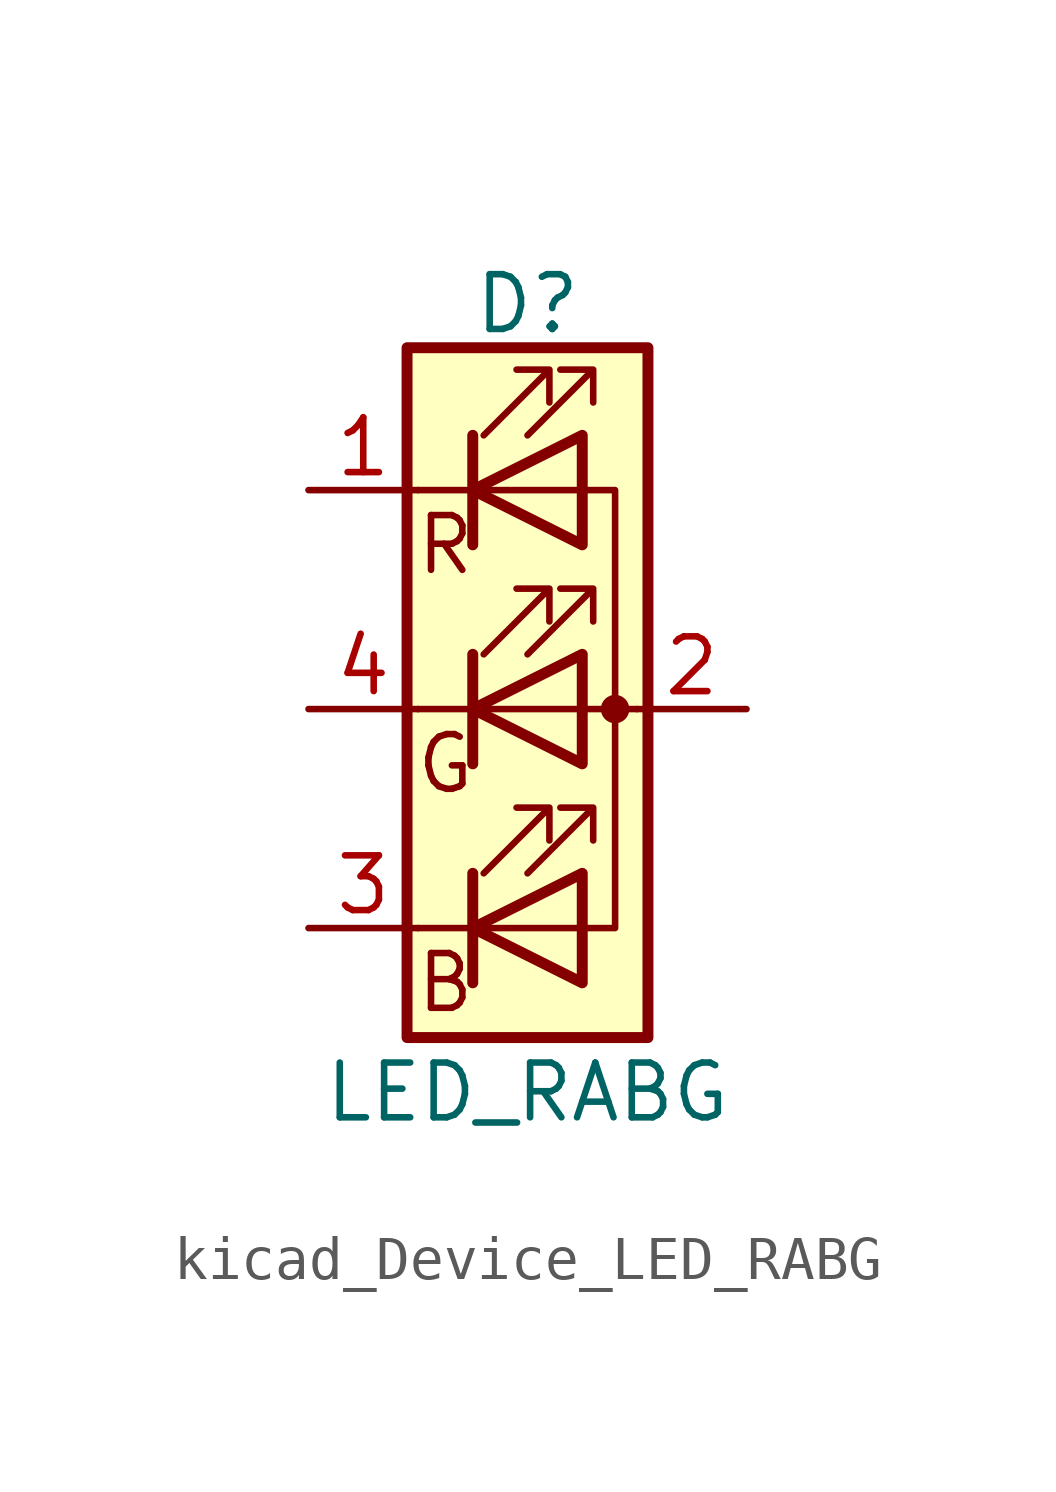
<source format=kicad_sym>
(kicad_symbol_lib
  (version 20220914)
  (generator kicad_symbol_editor)
  (symbol "kicad_Device_LED_RABG"
    (pin_names
      (offset 0) hide)
    (property "Reference" "D"
      (at 0 9.398 0)
      (effects (font (size 1.27 1.27))))
    (property "Value" "LED_RABG"
      (at 0 -8.89 0)
      (effects (font (size 1.27 1.27))))
    (symbol "kicad_Device_LED_RABG_0_0"
      (text "B" (at -1.905 -6.35 0) (effects (font (size 1.27 1.27))))
      (text "G" (at -1.905 -1.27 0) (effects (font (size 1.27 1.27))))
      (text "R" (at -1.905 3.81 0) (effects (font (size 1.27 1.27)))))
    (symbol "kicad_Device_LED_RABG_0_1"
      (polyline (pts (xy -1.27 -5.08) (xy -2.54 -5.08)) (stroke (width 0) (type default)) (fill (type none)))
      (polyline (pts (xy -1.27 -5.08) (xy 1.27 -5.08)) (stroke (width 0) (type default)) (fill (type none)))
      (polyline (pts (xy -1.27 -3.81) (xy -1.27 -6.35)) (stroke (width 0.254) (type default)) (fill (type none)))
      (polyline (pts (xy -1.27 0) (xy -2.54 0)) (stroke (width 0) (type default)) (fill (type none)))
      (polyline (pts (xy -1.27 1.27) (xy -1.27 -1.27)) (stroke (width 0.254) (type default)) (fill (type none)))
      (polyline (pts (xy -1.27 5.08) (xy -2.54 5.08)) (stroke (width 0) (type default)) (fill (type none)))
      (polyline (pts (xy -1.27 5.08) (xy 1.27 5.08)) (stroke (width 0) (type default)) (fill (type none)))
      (polyline (pts (xy -1.27 6.35) (xy -1.27 3.81)) (stroke (width 0.254) (type default)) (fill (type none)))
      (polyline (pts (xy 1.27 0) (xy -1.27 0)) (stroke (width 0) (type default)) (fill (type none)))
      (polyline (pts (xy 1.27 0) (xy 2.54 0)) (stroke (width 0) (type default)) (fill (type none)))
      (polyline (pts (xy -1.27 1.27) (xy -1.27 -1.27) (xy -1.27 -1.27)) (stroke (width 0) (type default)) (fill (type none)))
      (polyline (pts (xy -1.27 6.35) (xy -1.27 3.81) (xy -1.27 3.81)) (stroke (width 0) (type default)) (fill (type none)))
      (polyline (pts (xy 1.27 -5.08) (xy 2.032 -5.08) (xy 2.032 5.08) (xy 1.27 5.08)) (stroke (width 0) (type default)) (fill (type none)))
      (polyline (pts (xy 1.27 -3.81) (xy 1.27 -6.35) (xy -1.27 -5.08) (xy 1.27 -3.81)) (stroke (width 0.254) (type default)) (fill (type none)))
      (polyline (pts (xy 1.27 1.27) (xy 1.27 -1.27) (xy -1.27 0) (xy 1.27 1.27)) (stroke (width 0.254) (type default)) (fill (type none)))
      (polyline (pts (xy 1.27 6.35) (xy 1.27 3.81) (xy -1.27 5.08) (xy 1.27 6.35)) (stroke (width 0.254) (type default)) (fill (type none)))
      (polyline (pts (xy -1.016 -3.81) (xy 0.508 -2.286) (xy -0.254 -2.286) (xy 0.508 -2.286) (xy 0.508 -3.048)) (stroke (width 0) (type default)) (fill (type none)))
      (polyline (pts (xy -1.016 1.27) (xy 0.508 2.794) (xy -0.254 2.794) (xy 0.508 2.794) (xy 0.508 2.032)) (stroke (width 0) (type default)) (fill (type none)))
      (polyline (pts (xy -1.016 6.35) (xy 0.508 7.874) (xy -0.254 7.874) (xy 0.508 7.874) (xy 0.508 7.112)) (stroke (width 0) (type default)) (fill (type none)))
      (polyline (pts (xy 0 -3.81) (xy 1.524 -2.286) (xy 0.762 -2.286) (xy 1.524 -2.286) (xy 1.524 -3.048)) (stroke (width 0) (type default)) (fill (type none)))
      (polyline (pts (xy 0 1.27) (xy 1.524 2.794) (xy 0.762 2.794) (xy 1.524 2.794) (xy 1.524 2.032)) (stroke (width 0) (type default)) (fill (type none)))
      (polyline (pts (xy 0 6.35) (xy 1.524 7.874) (xy 0.762 7.874) (xy 1.524 7.874) (xy 1.524 7.112)) (stroke (width 0) (type default)) (fill (type none)))
      (rectangle (start 1.27 -1.27) (end 1.27 1.27) (stroke (width 0) (type default)) (fill (type none)))
      (rectangle (start 1.27 1.27) (end 1.27 1.27) (stroke (width 0) (type default)) (fill (type none)))
      (rectangle (start 1.27 3.81) (end 1.27 6.35) (stroke (width 0) (type default)) (fill (type none)))
      (rectangle (start 1.27 6.35) (end 1.27 6.35) (stroke (width 0) (type default)) (fill (type none)))
      (circle (center 2.032 0) (radius 0.254) (stroke (width 0) (type default)) (fill (type outline)))
      (rectangle (start 2.794 8.382) (end -2.794 -7.62) (stroke (width 0.254) (type default)) (fill (type background))))
    (symbol "kicad_Device_LED_RABG_1_1"
      (pin passive line (at -5.08 5.08 0) (length 2.54) (name "RK" (effects (font (size 1.27 1.27)))) (number "1" (effects (font (size 1.27 1.27)))))
      (pin passive line (at 5.08 0 180) (length 2.54) (name "A" (effects (font (size 1.27 1.27)))) (number "2" (effects (font (size 1.27 1.27)))))
      (pin passive line (at -5.08 -5.08 0) (length 2.54) (name "BK" (effects (font (size 1.27 1.27)))) (number "3" (effects (font (size 1.27 1.27)))))
      (pin passive line (at -5.08 0 0) (length 2.54) (name "GK" (effects (font (size 1.27 1.27)))) (number "4" (effects (font (size 1.27 1.27))))))))
</source>
